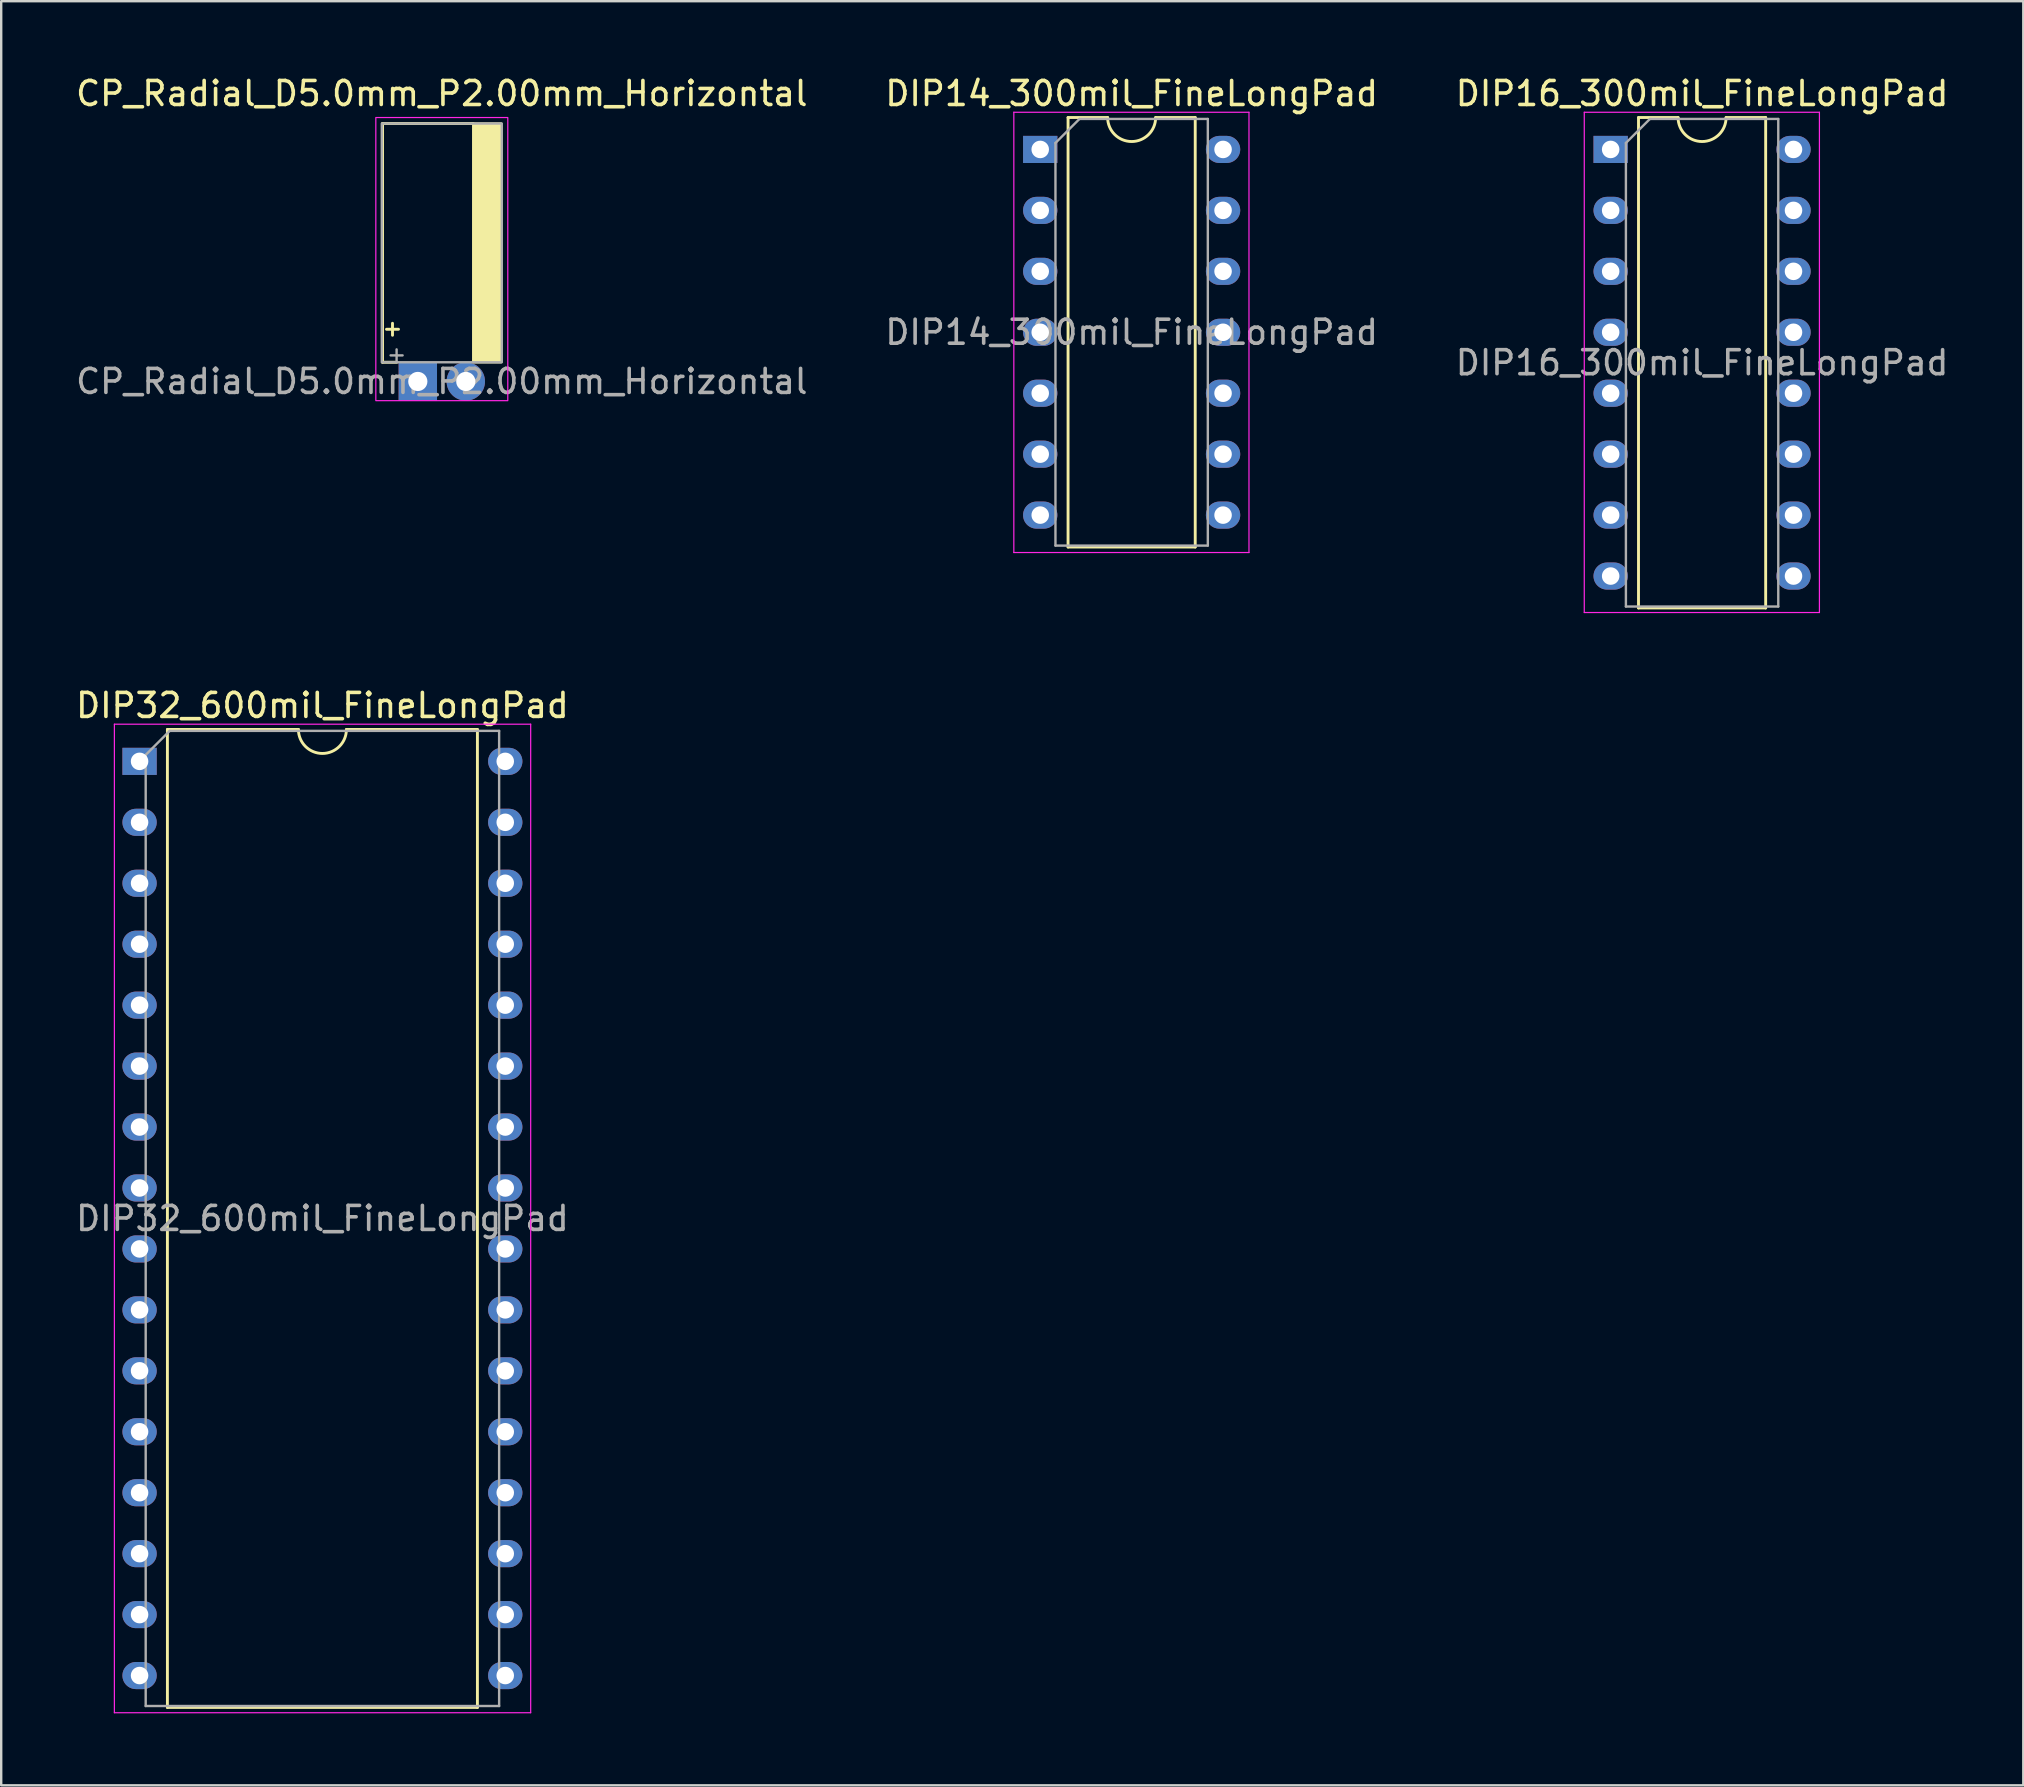
<source format=kicad_pcb>
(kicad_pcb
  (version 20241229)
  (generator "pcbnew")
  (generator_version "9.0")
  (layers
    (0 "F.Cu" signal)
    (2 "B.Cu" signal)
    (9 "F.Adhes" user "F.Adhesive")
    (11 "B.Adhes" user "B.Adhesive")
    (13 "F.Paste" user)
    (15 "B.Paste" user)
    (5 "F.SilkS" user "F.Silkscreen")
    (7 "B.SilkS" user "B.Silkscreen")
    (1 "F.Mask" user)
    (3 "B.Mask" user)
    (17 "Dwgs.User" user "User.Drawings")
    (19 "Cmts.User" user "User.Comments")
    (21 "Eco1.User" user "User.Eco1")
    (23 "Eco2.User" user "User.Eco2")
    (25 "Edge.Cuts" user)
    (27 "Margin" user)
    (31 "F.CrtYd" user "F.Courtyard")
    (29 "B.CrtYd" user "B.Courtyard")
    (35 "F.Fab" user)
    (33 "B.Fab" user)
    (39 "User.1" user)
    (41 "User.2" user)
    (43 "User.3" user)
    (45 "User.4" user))
  (footprint "CP_Radial_D5.0mm_P2.00mm_Horizontal"
    (layer "F.Cu")
    (at 14.363 12.848)
    (property "Reference" "CP_Radial_D5.0mm_P2.00mm_Horizontal" (at 1 -12 0) (layer "F.SilkS") (effects (font (size 1 1) (thickness 0.15))))
    (attr through_hole)
    (fp_line (start -1.47 -10.75) (end 2.31 -10.75) (stroke (width 0.12) (type solid)) (layer "F.SilkS"))
    (fp_line (start -1.47 -0.8) (end -1.47 -10.75) (stroke (width 0.12) (type solid)) (layer "F.SilkS"))
    (fp_line (start -1.47 -0.8) (end -0.875 -0.8) (stroke (width 0.12) (type solid)) (layer "F.SilkS"))
    (fp_line (start -1.305 -2.175) (end -0.805 -2.175) (stroke (width 0.12) (type solid)) (layer "F.SilkS"))
    (fp_line (start -1.055 -2.425) (end -1.055 -1.925) (stroke (width 0.12) (type solid)) (layer "F.SilkS"))
    (fp_rect (start 2.31 -10.75) (end 3.47 -0.8) (stroke (width 0.1) (type solid)) (fill yes) (layer "F.SilkS"))
    (fp_rect (start -1.75 -11) (end 3.75 0.8) (stroke (width 0.05) (type default)) (fill no) (layer "F.CrtYd"))
    (fp_line (start -1.134 -1.087) (end -0.634 -1.087) (stroke (width 0.1) (type solid)) (layer "F.Fab"))
    (fp_line (start -0.884 -1.337) (end -0.884 -0.838) (stroke (width 0.1) (type solid)) (layer "F.Fab"))
    (fp_rect (start -1.5 -10.75) (end 3.5 -0.8) (stroke (width 0.1) (type default)) (fill no) (layer "F.Fab"))
    (fp_text user "${REFERENCE}" (at 1 0 0) (layer "F.Fab") (effects (font (size 1 1) (thickness 0.15))))
    (pad "1" thru_hole rect (at 0 0) (size 1.6 1.6) (drill 0.8) (layers "*.Cu" "*.Mask"))
    (pad "2" thru_hole circle (at 2 0) (size 1.6 1.6) (drill 0.8) (layers "*.Cu" "*.Mask")))
  (footprint "DIP16_300mil_FineLongPad"
    (layer "F.Cu")
    (at 67.887 12.068)
    (property "Reference" "DIP16_300mil_FineLongPad" (at 0 -11.22 0) (layer "F.SilkS") (effects (font (size 1 1) (thickness 0.15))))
    (attr through_hole)
    (fp_line (start -2.65 -10.22) (end -2.65 10.22) (stroke (width 0.12) (type solid)) (layer "F.SilkS"))
    (fp_line (start -2.65 10.22) (end 2.65 10.22) (stroke (width 0.12) (type solid)) (layer "F.SilkS"))
    (fp_line (start -1 -10.22) (end -2.65 -10.22) (stroke (width 0.12) (type solid)) (layer "F.SilkS"))
    (fp_line (start 2.65 -10.22) (end 1 -10.22) (stroke (width 0.12) (type solid)) (layer "F.SilkS"))
    (fp_line (start 2.65 10.22) (end 2.65 -10.22) (stroke (width 0.12) (type solid)) (layer "F.SilkS"))
    (fp_arc (start 1 -10.22) (mid 0 -9.22) (end -1 -10.22) (stroke (width 0.12) (type solid)) (layer "F.SilkS"))
    (fp_line (start -4.91 -10.44) (end -4.91 10.41) (stroke (width 0.05) (type solid)) (layer "F.CrtYd"))
    (fp_line (start -4.91 10.41) (end 4.89 10.41) (stroke (width 0.05) (type solid)) (layer "F.CrtYd"))
    (fp_line (start 4.89 -10.44) (end -4.91 -10.44) (stroke (width 0.05) (type solid)) (layer "F.CrtYd"))
    (fp_line (start 4.89 10.41) (end 4.89 -10.44) (stroke (width 0.05) (type solid)) (layer "F.CrtYd"))
    (fp_line (start -3.175 -9.16) (end -2.175 -10.16) (stroke (width 0.1) (type solid)) (layer "F.Fab"))
    (fp_line (start -3.175 10.16) (end -3.175 -9.16) (stroke (width 0.1) (type solid)) (layer "F.Fab"))
    (fp_line (start -2.175 -10.16) (end 3.175 -10.16) (stroke (width 0.1) (type solid)) (layer "F.Fab"))
    (fp_line (start 3.175 -10.16) (end 3.175 10.16) (stroke (width 0.1) (type solid)) (layer "F.Fab"))
    (fp_line (start 3.175 10.16) (end -3.175 10.16) (stroke (width 0.1) (type solid)) (layer "F.Fab"))
    (fp_text user "${REFERENCE}" (at 0 0 0) (layer "F.Fab") (effects (font (size 1 1) (thickness 0.15))))
    (pad "1" thru_hole rect (at -3.81 -8.89) (size 1.43 1.13) (drill 0.73) (layers "*.Cu" "*.Mask"))
    (pad "2" thru_hole oval (at -3.81 -6.35) (size 1.43 1.13) (drill 0.73) (layers "*.Cu" "*.Mask"))
    (pad "3" thru_hole oval (at -3.81 -3.81) (size 1.43 1.13) (drill 0.73) (layers "*.Cu" "*.Mask"))
    (pad "4" thru_hole oval (at -3.81 -1.27) (size 1.43 1.13) (drill 0.73) (layers "*.Cu" "*.Mask"))
    (pad "5" thru_hole oval (at -3.81 1.27) (size 1.43 1.13) (drill 0.73) (layers "*.Cu" "*.Mask"))
    (pad "6" thru_hole oval (at -3.81 3.81) (size 1.43 1.13) (drill 0.73) (layers "*.Cu" "*.Mask"))
    (pad "7" thru_hole oval (at -3.81 6.35) (size 1.43 1.13) (drill 0.73) (layers "*.Cu" "*.Mask"))
    (pad "8" thru_hole oval (at -3.81 8.89) (size 1.43 1.13) (drill 0.73) (layers "*.Cu" "*.Mask"))
    (pad "9" thru_hole oval (at 3.81 8.89) (size 1.43 1.13) (drill 0.73) (layers "*.Cu" "*.Mask"))
    (pad "10" thru_hole oval (at 3.81 6.35) (size 1.43 1.13) (drill 0.73) (layers "*.Cu" "*.Mask"))
    (pad "11" thru_hole oval (at 3.81 3.81) (size 1.43 1.13) (drill 0.73) (layers "*.Cu" "*.Mask"))
    (pad "12" thru_hole oval (at 3.81 1.27) (size 1.43 1.13) (drill 0.73) (layers "*.Cu" "*.Mask"))
    (pad "13" thru_hole oval (at 3.81 -1.27) (size 1.43 1.13) (drill 0.73) (layers "*.Cu" "*.Mask"))
    (pad "14" thru_hole oval (at 3.81 -3.81) (size 1.43 1.13) (drill 0.73) (layers "*.Cu" "*.Mask"))
    (pad "15" thru_hole oval (at 3.81 -6.35) (size 1.43 1.13) (drill 0.73) (layers "*.Cu" "*.Mask"))
    (pad "16" thru_hole oval (at 3.81 -8.89) (size 1.43 1.13) (drill 0.73) (layers "*.Cu" "*.Mask")))
  (footprint "DIP14_300mil_FineLongPad"
    (layer "F.Cu")
    (at 44.113 10.798)
    (property "Reference" "DIP14_300mil_FineLongPad" (at 0 -9.95 0) (layer "F.SilkS") (effects (font (size 1 1) (thickness 0.15))))
    (attr through_hole)
    (fp_line (start -2.65 -8.95) (end -2.65 8.95) (stroke (width 0.12) (type solid)) (layer "F.SilkS"))
    (fp_line (start -2.65 8.95) (end 2.65 8.95) (stroke (width 0.12) (type solid)) (layer "F.SilkS"))
    (fp_line (start -1 -8.95) (end -2.65 -8.95) (stroke (width 0.12) (type solid)) (layer "F.SilkS"))
    (fp_line (start 2.65 -8.95) (end 1 -8.95) (stroke (width 0.12) (type solid)) (layer "F.SilkS"))
    (fp_line (start 2.65 8.95) (end 2.65 -8.95) (stroke (width 0.12) (type solid)) (layer "F.SilkS"))
    (fp_arc (start 1 -8.95) (mid 0 -7.95) (end -1 -8.95) (stroke (width 0.12) (type solid)) (layer "F.SilkS"))
    (fp_line (start -4.91 -9.17) (end -4.91 9.18) (stroke (width 0.05) (type solid)) (layer "F.CrtYd"))
    (fp_line (start -4.91 9.18) (end 4.89 9.18) (stroke (width 0.05) (type solid)) (layer "F.CrtYd"))
    (fp_line (start 4.89 -9.17) (end -4.91 -9.17) (stroke (width 0.05) (type solid)) (layer "F.CrtYd"))
    (fp_line (start 4.89 9.18) (end 4.89 -9.17) (stroke (width 0.05) (type solid)) (layer "F.CrtYd"))
    (fp_line (start -3.175 -7.89) (end -2.175 -8.89) (stroke (width 0.1) (type solid)) (layer "F.Fab"))
    (fp_line (start -3.175 8.89) (end -3.175 -7.89) (stroke (width 0.1) (type solid)) (layer "F.Fab"))
    (fp_line (start -2.175 -8.89) (end 3.175 -8.89) (stroke (width 0.1) (type solid)) (layer "F.Fab"))
    (fp_line (start 3.175 -8.89) (end 3.175 8.89) (stroke (width 0.1) (type solid)) (layer "F.Fab"))
    (fp_line (start 3.175 8.89) (end -3.175 8.89) (stroke (width 0.1) (type solid)) (layer "F.Fab"))
    (fp_text user "${REFERENCE}" (at 0 0 0) (layer "F.Fab") (effects (font (size 1 1) (thickness 0.15))))
    (pad "1" thru_hole rect (at -3.81 -7.62) (size 1.43 1.13) (drill 0.73) (layers "*.Cu" "*.Mask"))
    (pad "2" thru_hole oval (at -3.81 -5.08) (size 1.43 1.13) (drill 0.73) (layers "*.Cu" "*.Mask"))
    (pad "3" thru_hole oval (at -3.81 -2.54) (size 1.43 1.13) (drill 0.73) (layers "*.Cu" "*.Mask"))
    (pad "4" thru_hole oval (at -3.81 0) (size 1.43 1.13) (drill 0.73) (layers "*.Cu" "*.Mask"))
    (pad "5" thru_hole oval (at -3.81 2.54) (size 1.43 1.13) (drill 0.73) (layers "*.Cu" "*.Mask"))
    (pad "6" thru_hole oval (at -3.81 5.08) (size 1.43 1.13) (drill 0.73) (layers "*.Cu" "*.Mask"))
    (pad "7" thru_hole oval (at -3.81 7.62) (size 1.43 1.13) (drill 0.73) (layers "*.Cu" "*.Mask"))
    (pad "8" thru_hole oval (at 3.81 7.62) (size 1.43 1.13) (drill 0.73) (layers "*.Cu" "*.Mask"))
    (pad "9" thru_hole oval (at 3.81 5.08) (size 1.43 1.13) (drill 0.73) (layers "*.Cu" "*.Mask"))
    (pad "10" thru_hole oval (at 3.81 2.54) (size 1.43 1.13) (drill 0.73) (layers "*.Cu" "*.Mask"))
    (pad "11" thru_hole oval (at 3.81 0) (size 1.43 1.13) (drill 0.73) (layers "*.Cu" "*.Mask"))
    (pad "12" thru_hole oval (at 3.81 -2.54) (size 1.43 1.13) (drill 0.73) (layers "*.Cu" "*.Mask"))
    (pad "13" thru_hole oval (at 3.81 -5.08) (size 1.43 1.13) (drill 0.73) (layers "*.Cu" "*.Mask"))
    (pad "14" thru_hole oval (at 3.81 -7.62) (size 1.43 1.13) (drill 0.73) (layers "*.Cu" "*.Mask")))
  (footprint "DIP32_600mil_FineLongPad"
    (layer "F.Cu")
    (at 10.387 47.731)
    (property "Reference" "DIP32_600mil_FineLongPad" (at 0 -21.38 0) (layer "F.SilkS") (effects (font (size 1 1) (thickness 0.15))))
    (attr through_hole)
    (fp_line (start -6.46 -20.38) (end -6.46 20.38) (stroke (width 0.12) (type solid)) (layer "F.SilkS"))
    (fp_line (start -6.46 20.38) (end 6.46 20.38) (stroke (width 0.12) (type solid)) (layer "F.SilkS"))
    (fp_line (start -1 -20.38) (end -6.46 -20.38) (stroke (width 0.12) (type solid)) (layer "F.SilkS"))
    (fp_line (start 6.46 -20.38) (end 1 -20.38) (stroke (width 0.12) (type solid)) (layer "F.SilkS"))
    (fp_line (start 6.46 20.38) (end 6.46 -20.38) (stroke (width 0.12) (type solid)) (layer "F.SilkS"))
    (fp_arc (start 1 -20.38) (mid 0 -19.38) (end -1 -20.38) (stroke (width 0.12) (type solid)) (layer "F.SilkS"))
    (fp_line (start -8.67 -20.6) (end -8.67 20.6) (stroke (width 0.05) (type solid)) (layer "F.CrtYd"))
    (fp_line (start -8.67 20.6) (end 8.68 20.6) (stroke (width 0.05) (type solid)) (layer "F.CrtYd"))
    (fp_line (start 8.68 -20.6) (end -8.67 -20.6) (stroke (width 0.05) (type solid)) (layer "F.CrtYd"))
    (fp_line (start 8.68 20.6) (end 8.68 -20.6) (stroke (width 0.05) (type solid)) (layer "F.CrtYd"))
    (fp_line (start -7.365 -19.32) (end -6.365 -20.32) (stroke (width 0.1) (type solid)) (layer "F.Fab"))
    (fp_line (start -7.365 20.32) (end -7.365 -19.32) (stroke (width 0.1) (type solid)) (layer "F.Fab"))
    (fp_line (start -6.365 -20.32) (end 7.365 -20.32) (stroke (width 0.1) (type solid)) (layer "F.Fab"))
    (fp_line (start 7.365 -20.32) (end 7.365 20.32) (stroke (width 0.1) (type solid)) (layer "F.Fab"))
    (fp_line (start 7.365 20.32) (end -7.365 20.32) (stroke (width 0.1) (type solid)) (layer "F.Fab"))
    (fp_text user "${REFERENCE}" (at 0 0 0) (layer "F.Fab") (effects (font (size 1 1) (thickness 0.15))))
    (pad "1" thru_hole rect (at -7.62 -19.05) (size 1.43 1.13) (drill 0.73) (layers "*.Cu" "*.Mask"))
    (pad "2" thru_hole oval (at -7.62 -16.51) (size 1.43 1.13) (drill 0.73) (layers "*.Cu" "*.Mask"))
    (pad "3" thru_hole oval (at -7.62 -13.97) (size 1.43 1.13) (drill 0.73) (layers "*.Cu" "*.Mask"))
    (pad "4" thru_hole oval (at -7.62 -11.43) (size 1.43 1.13) (drill 0.73) (layers "*.Cu" "*.Mask"))
    (pad "5" thru_hole oval (at -7.62 -8.89) (size 1.43 1.13) (drill 0.73) (layers "*.Cu" "*.Mask"))
    (pad "6" thru_hole oval (at -7.62 -6.35) (size 1.43 1.13) (drill 0.73) (layers "*.Cu" "*.Mask"))
    (pad "7" thru_hole oval (at -7.62 -3.81) (size 1.43 1.13) (drill 0.73) (layers "*.Cu" "*.Mask"))
    (pad "8" thru_hole oval (at -7.62 -1.27) (size 1.43 1.13) (drill 0.73) (layers "*.Cu" "*.Mask"))
    (pad "9" thru_hole oval (at -7.62 1.27) (size 1.43 1.13) (drill 0.73) (layers "*.Cu" "*.Mask"))
    (pad "10" thru_hole oval (at -7.62 3.81) (size 1.43 1.13) (drill 0.73) (layers "*.Cu" "*.Mask"))
    (pad "11" thru_hole oval (at -7.62 6.35) (size 1.43 1.13) (drill 0.73) (layers "*.Cu" "*.Mask"))
    (pad "12" thru_hole oval (at -7.62 8.89) (size 1.43 1.13) (drill 0.73) (layers "*.Cu" "*.Mask"))
    (pad "13" thru_hole oval (at -7.62 11.43) (size 1.43 1.13) (drill 0.73) (layers "*.Cu" "*.Mask"))
    (pad "14" thru_hole oval (at -7.62 13.97) (size 1.43 1.13) (drill 0.73) (layers "*.Cu" "*.Mask"))
    (pad "15" thru_hole oval (at -7.62 16.51) (size 1.43 1.13) (drill 0.73) (layers "*.Cu" "*.Mask"))
    (pad "16" thru_hole oval (at -7.62 19.05) (size 1.43 1.13) (drill 0.73) (layers "*.Cu" "*.Mask"))
    (pad "17" thru_hole oval (at 7.62 19.05) (size 1.43 1.13) (drill 0.73) (layers "*.Cu" "*.Mask"))
    (pad "18" thru_hole oval (at 7.62 16.51) (size 1.43 1.13) (drill 0.73) (layers "*.Cu" "*.Mask"))
    (pad "19" thru_hole oval (at 7.62 13.97) (size 1.43 1.13) (drill 0.73) (layers "*.Cu" "*.Mask"))
    (pad "20" thru_hole oval (at 7.62 11.43) (size 1.43 1.13) (drill 0.73) (layers "*.Cu" "*.Mask"))
    (pad "21" thru_hole oval (at 7.62 8.89) (size 1.43 1.13) (drill 0.73) (layers "*.Cu" "*.Mask"))
    (pad "22" thru_hole oval (at 7.62 6.35) (size 1.43 1.13) (drill 0.73) (layers "*.Cu" "*.Mask"))
    (pad "23" thru_hole oval (at 7.62 3.81) (size 1.43 1.13) (drill 0.73) (layers "*.Cu" "*.Mask"))
    (pad "24" thru_hole oval (at 7.62 1.27) (size 1.43 1.13) (drill 0.73) (layers "*.Cu" "*.Mask"))
    (pad "25" thru_hole oval (at 7.62 -1.27) (size 1.43 1.13) (drill 0.73) (layers "*.Cu" "*.Mask"))
    (pad "26" thru_hole oval (at 7.62 -3.81) (size 1.43 1.13) (drill 0.73) (layers "*.Cu" "*.Mask"))
    (pad "27" thru_hole oval (at 7.62 -6.35) (size 1.43 1.13) (drill 0.73) (layers "*.Cu" "*.Mask"))
    (pad "28" thru_hole oval (at 7.62 -8.89) (size 1.43 1.13) (drill 0.73) (layers "*.Cu" "*.Mask"))
    (pad "29" thru_hole oval (at 7.62 -11.43) (size 1.43 1.13) (drill 0.73) (layers "*.Cu" "*.Mask"))
    (pad "30" thru_hole oval (at 7.62 -13.97) (size 1.43 1.13) (drill 0.73) (layers "*.Cu" "*.Mask"))
    (pad "31" thru_hole oval (at 7.62 -16.51) (size 1.43 1.13) (drill 0.73) (layers "*.Cu" "*.Mask"))
    (pad "32" thru_hole oval (at 7.62 -19.05) (size 1.43 1.13) (drill 0.73) (layers "*.Cu" "*.Mask")))
  (gr_rect
    (start -3 -3)
    (end 81.274 71.356)
    (stroke (width 0.1) (type default))
    (fill no)
    (layer "Edge.Cuts")))
</source>
